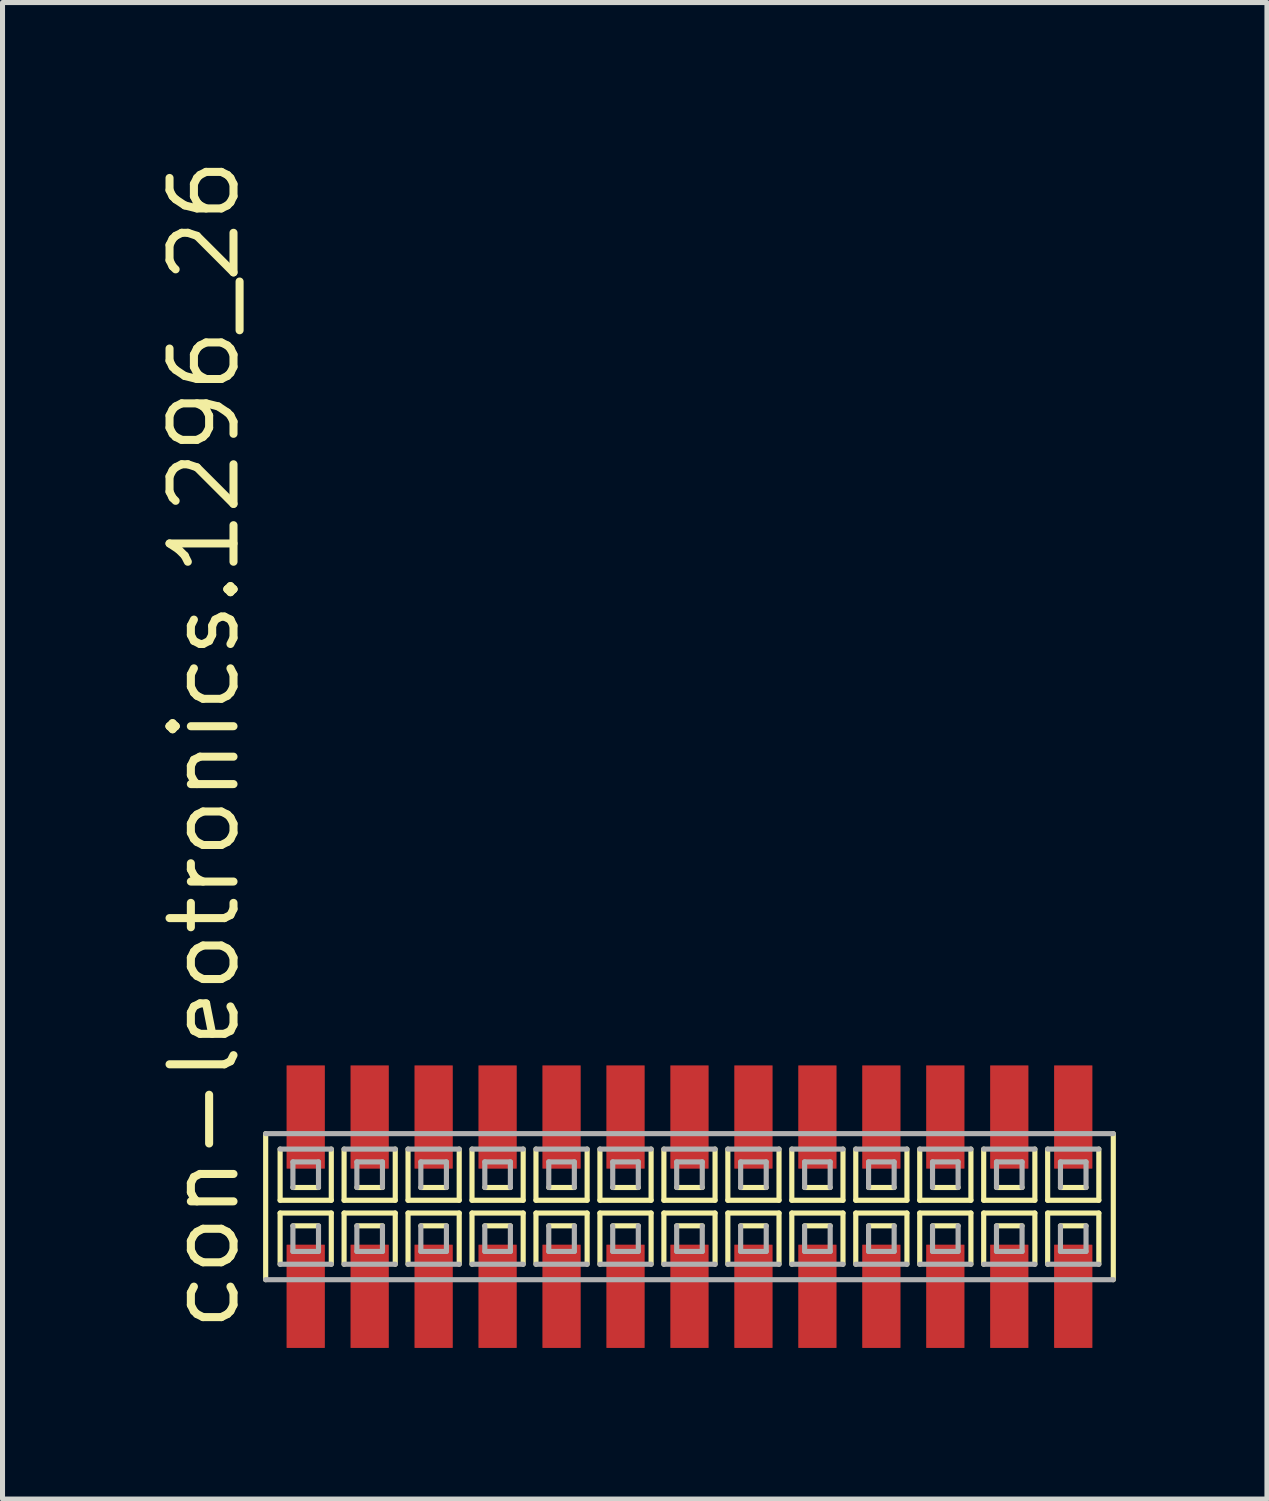
<source format=kicad_pcb>
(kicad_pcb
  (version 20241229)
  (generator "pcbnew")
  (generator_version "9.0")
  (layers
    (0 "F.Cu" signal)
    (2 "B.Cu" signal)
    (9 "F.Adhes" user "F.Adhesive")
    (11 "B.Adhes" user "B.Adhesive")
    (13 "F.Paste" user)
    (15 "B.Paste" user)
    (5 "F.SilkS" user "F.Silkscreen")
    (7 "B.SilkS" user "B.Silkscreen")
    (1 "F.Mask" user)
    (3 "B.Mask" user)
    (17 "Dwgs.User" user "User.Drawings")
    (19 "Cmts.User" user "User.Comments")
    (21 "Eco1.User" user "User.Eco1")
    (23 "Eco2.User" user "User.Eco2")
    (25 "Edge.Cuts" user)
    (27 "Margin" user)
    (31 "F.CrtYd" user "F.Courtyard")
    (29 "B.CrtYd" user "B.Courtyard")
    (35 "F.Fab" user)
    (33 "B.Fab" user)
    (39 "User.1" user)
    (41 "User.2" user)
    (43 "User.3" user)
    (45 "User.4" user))
  (footprint "con-leotronics.1296_26"
    (layer "F.Cu")
    (at 10.64 20.909)
    (property "Reference" "con-leotronics.1296_26" (at -8.89 2.54 90) (layer "F.SilkS") (effects (font (size 1.27 1.27) (thickness 0.16)) (justify left bottom)))
    (attr smd)
    (fp_line (start -8.415 -1.45) (end -8.415 1.45) (stroke (width 0.102) (type default)) (layer "F.SilkS"))
    (fp_line (start -8.128 -1.143) (end -8.128 -0.127) (stroke (width 0.102) (type default)) (layer "F.SilkS"))
    (fp_line (start -8.128 -0.127) (end -7.112 -0.127) (stroke (width 0.102) (type default)) (layer "F.SilkS"))
    (fp_line (start -8.128 0.127) (end -8.128 1.143) (stroke (width 0.102) (type default)) (layer "F.SilkS"))
    (fp_line (start -7.874 -0.381) (end -7.366 -0.381) (stroke (width 0.102) (type default)) (layer "F.SilkS"))
    (fp_line (start -7.366 0.381) (end -7.874 0.381) (stroke (width 0.102) (type default)) (layer "F.SilkS"))
    (fp_line (start -7.112 -0.127) (end -7.112 -1.143) (stroke (width 0.102) (type default)) (layer "F.SilkS"))
    (fp_line (start -7.112 0.127) (end -8.128 0.127) (stroke (width 0.102) (type default)) (layer "F.SilkS"))
    (fp_line (start -7.112 1.143) (end -7.112 0.127) (stroke (width 0.102) (type default)) (layer "F.SilkS"))
    (fp_line (start -6.858 -1.143) (end -6.858 -0.127) (stroke (width 0.102) (type default)) (layer "F.SilkS"))
    (fp_line (start -6.858 -0.127) (end -5.842 -0.127) (stroke (width 0.102) (type default)) (layer "F.SilkS"))
    (fp_line (start -6.858 0.127) (end -6.858 1.143) (stroke (width 0.102) (type default)) (layer "F.SilkS"))
    (fp_line (start -6.604 -0.381) (end -6.096 -0.381) (stroke (width 0.102) (type default)) (layer "F.SilkS"))
    (fp_line (start -6.096 0.381) (end -6.604 0.381) (stroke (width 0.102) (type default)) (layer "F.SilkS"))
    (fp_line (start -5.842 -0.127) (end -5.842 -1.143) (stroke (width 0.102) (type default)) (layer "F.SilkS"))
    (fp_line (start -5.842 0.127) (end -6.858 0.127) (stroke (width 0.102) (type default)) (layer "F.SilkS"))
    (fp_line (start -5.842 1.143) (end -5.842 0.127) (stroke (width 0.102) (type default)) (layer "F.SilkS"))
    (fp_line (start -5.588 -1.143) (end -5.588 -0.127) (stroke (width 0.102) (type default)) (layer "F.SilkS"))
    (fp_line (start -5.588 -0.127) (end -4.572 -0.127) (stroke (width 0.102) (type default)) (layer "F.SilkS"))
    (fp_line (start -5.588 0.127) (end -5.588 1.143) (stroke (width 0.102) (type default)) (layer "F.SilkS"))
    (fp_line (start -5.334 -0.381) (end -4.826 -0.381) (stroke (width 0.102) (type default)) (layer "F.SilkS"))
    (fp_line (start -4.826 0.381) (end -5.334 0.381) (stroke (width 0.102) (type default)) (layer "F.SilkS"))
    (fp_line (start -4.572 -0.127) (end -4.572 -1.143) (stroke (width 0.102) (type default)) (layer "F.SilkS"))
    (fp_line (start -4.572 0.127) (end -5.588 0.127) (stroke (width 0.102) (type default)) (layer "F.SilkS"))
    (fp_line (start -4.572 1.143) (end -4.572 0.127) (stroke (width 0.102) (type default)) (layer "F.SilkS"))
    (fp_line (start -4.318 -1.143) (end -4.318 -0.127) (stroke (width 0.102) (type default)) (layer "F.SilkS"))
    (fp_line (start -4.318 -0.127) (end -3.302 -0.127) (stroke (width 0.102) (type default)) (layer "F.SilkS"))
    (fp_line (start -4.318 0.127) (end -4.318 1.143) (stroke (width 0.102) (type default)) (layer "F.SilkS"))
    (fp_line (start -4.064 -0.381) (end -3.556 -0.381) (stroke (width 0.102) (type default)) (layer "F.SilkS"))
    (fp_line (start -3.556 0.381) (end -4.064 0.381) (stroke (width 0.102) (type default)) (layer "F.SilkS"))
    (fp_line (start -3.302 -0.127) (end -3.302 -1.143) (stroke (width 0.102) (type default)) (layer "F.SilkS"))
    (fp_line (start -3.302 0.127) (end -4.318 0.127) (stroke (width 0.102) (type default)) (layer "F.SilkS"))
    (fp_line (start -3.302 1.143) (end -3.302 0.127) (stroke (width 0.102) (type default)) (layer "F.SilkS"))
    (fp_line (start -3.048 -1.143) (end -3.048 -0.127) (stroke (width 0.102) (type default)) (layer "F.SilkS"))
    (fp_line (start -3.048 -0.127) (end -2.032 -0.127) (stroke (width 0.102) (type default)) (layer "F.SilkS"))
    (fp_line (start -3.048 0.127) (end -3.048 1.143) (stroke (width 0.102) (type default)) (layer "F.SilkS"))
    (fp_line (start -2.794 -0.381) (end -2.286 -0.381) (stroke (width 0.102) (type default)) (layer "F.SilkS"))
    (fp_line (start -2.286 0.381) (end -2.794 0.381) (stroke (width 0.102) (type default)) (layer "F.SilkS"))
    (fp_line (start -2.032 -0.127) (end -2.032 -1.143) (stroke (width 0.102) (type default)) (layer "F.SilkS"))
    (fp_line (start -2.032 0.127) (end -3.048 0.127) (stroke (width 0.102) (type default)) (layer "F.SilkS"))
    (fp_line (start -2.032 1.143) (end -2.032 0.127) (stroke (width 0.102) (type default)) (layer "F.SilkS"))
    (fp_line (start -1.778 -1.143) (end -1.778 -0.127) (stroke (width 0.102) (type default)) (layer "F.SilkS"))
    (fp_line (start -1.778 -0.127) (end -0.762 -0.127) (stroke (width 0.102) (type default)) (layer "F.SilkS"))
    (fp_line (start -1.778 0.127) (end -1.778 1.143) (stroke (width 0.102) (type default)) (layer "F.SilkS"))
    (fp_line (start -1.524 -0.381) (end -1.016 -0.381) (stroke (width 0.102) (type default)) (layer "F.SilkS"))
    (fp_line (start -1.016 0.381) (end -1.524 0.381) (stroke (width 0.102) (type default)) (layer "F.SilkS"))
    (fp_line (start -0.762 -0.127) (end -0.762 -1.143) (stroke (width 0.102) (type default)) (layer "F.SilkS"))
    (fp_line (start -0.762 0.127) (end -1.778 0.127) (stroke (width 0.102) (type default)) (layer "F.SilkS"))
    (fp_line (start -0.762 1.143) (end -0.762 0.127) (stroke (width 0.102) (type default)) (layer "F.SilkS"))
    (fp_line (start -0.508 -1.143) (end -0.508 -0.127) (stroke (width 0.102) (type default)) (layer "F.SilkS"))
    (fp_line (start -0.508 -0.127) (end 0.508 -0.127) (stroke (width 0.102) (type default)) (layer "F.SilkS"))
    (fp_line (start -0.508 0.127) (end -0.508 1.143) (stroke (width 0.102) (type default)) (layer "F.SilkS"))
    (fp_line (start -0.254 -0.381) (end 0.254 -0.381) (stroke (width 0.102) (type default)) (layer "F.SilkS"))
    (fp_line (start 0.254 0.381) (end -0.254 0.381) (stroke (width 0.102) (type default)) (layer "F.SilkS"))
    (fp_line (start 0.508 -0.127) (end 0.508 -1.143) (stroke (width 0.102) (type default)) (layer "F.SilkS"))
    (fp_line (start 0.508 0.127) (end -0.508 0.127) (stroke (width 0.102) (type default)) (layer "F.SilkS"))
    (fp_line (start 0.508 1.143) (end 0.508 0.127) (stroke (width 0.102) (type default)) (layer "F.SilkS"))
    (fp_line (start 0.762 -1.143) (end 0.762 -0.127) (stroke (width 0.102) (type default)) (layer "F.SilkS"))
    (fp_line (start 0.762 -0.127) (end 1.778 -0.127) (stroke (width 0.102) (type default)) (layer "F.SilkS"))
    (fp_line (start 0.762 0.127) (end 0.762 1.143) (stroke (width 0.102) (type default)) (layer "F.SilkS"))
    (fp_line (start 1.016 -0.381) (end 1.524 -0.381) (stroke (width 0.102) (type default)) (layer "F.SilkS"))
    (fp_line (start 1.524 0.381) (end 1.016 0.381) (stroke (width 0.102) (type default)) (layer "F.SilkS"))
    (fp_line (start 1.778 -0.127) (end 1.778 -1.143) (stroke (width 0.102) (type default)) (layer "F.SilkS"))
    (fp_line (start 1.778 0.127) (end 0.762 0.127) (stroke (width 0.102) (type default)) (layer "F.SilkS"))
    (fp_line (start 1.778 1.143) (end 1.778 0.127) (stroke (width 0.102) (type default)) (layer "F.SilkS"))
    (fp_line (start 2.032 -1.143) (end 2.032 -0.127) (stroke (width 0.102) (type default)) (layer "F.SilkS"))
    (fp_line (start 2.032 -0.127) (end 3.048 -0.127) (stroke (width 0.102) (type default)) (layer "F.SilkS"))
    (fp_line (start 2.032 0.127) (end 2.032 1.143) (stroke (width 0.102) (type default)) (layer "F.SilkS"))
    (fp_line (start 2.286 -0.381) (end 2.794 -0.381) (stroke (width 0.102) (type default)) (layer "F.SilkS"))
    (fp_line (start 2.794 0.381) (end 2.286 0.381) (stroke (width 0.102) (type default)) (layer "F.SilkS"))
    (fp_line (start 3.048 -0.127) (end 3.048 -1.143) (stroke (width 0.102) (type default)) (layer "F.SilkS"))
    (fp_line (start 3.048 0.127) (end 2.032 0.127) (stroke (width 0.102) (type default)) (layer "F.SilkS"))
    (fp_line (start 3.048 1.143) (end 3.048 0.127) (stroke (width 0.102) (type default)) (layer "F.SilkS"))
    (fp_line (start 3.302 -1.143) (end 3.302 -0.127) (stroke (width 0.102) (type default)) (layer "F.SilkS"))
    (fp_line (start 3.302 -0.127) (end 4.318 -0.127) (stroke (width 0.102) (type default)) (layer "F.SilkS"))
    (fp_line (start 3.302 0.127) (end 3.302 1.143) (stroke (width 0.102) (type default)) (layer "F.SilkS"))
    (fp_line (start 3.556 -0.381) (end 4.064 -0.381) (stroke (width 0.102) (type default)) (layer "F.SilkS"))
    (fp_line (start 4.064 0.381) (end 3.556 0.381) (stroke (width 0.102) (type default)) (layer "F.SilkS"))
    (fp_line (start 4.318 -0.127) (end 4.318 -1.143) (stroke (width 0.102) (type default)) (layer "F.SilkS"))
    (fp_line (start 4.318 0.127) (end 3.302 0.127) (stroke (width 0.102) (type default)) (layer "F.SilkS"))
    (fp_line (start 4.318 1.143) (end 4.318 0.127) (stroke (width 0.102) (type default)) (layer "F.SilkS"))
    (fp_line (start 4.572 -1.143) (end 4.572 -0.127) (stroke (width 0.102) (type default)) (layer "F.SilkS"))
    (fp_line (start 4.572 -0.127) (end 5.588 -0.127) (stroke (width 0.102) (type default)) (layer "F.SilkS"))
    (fp_line (start 4.572 0.127) (end 4.572 1.143) (stroke (width 0.102) (type default)) (layer "F.SilkS"))
    (fp_line (start 4.826 -0.381) (end 5.334 -0.381) (stroke (width 0.102) (type default)) (layer "F.SilkS"))
    (fp_line (start 5.334 0.381) (end 4.826 0.381) (stroke (width 0.102) (type default)) (layer "F.SilkS"))
    (fp_line (start 5.588 -0.127) (end 5.588 -1.143) (stroke (width 0.102) (type default)) (layer "F.SilkS"))
    (fp_line (start 5.588 0.127) (end 4.572 0.127) (stroke (width 0.102) (type default)) (layer "F.SilkS"))
    (fp_line (start 5.588 1.143) (end 5.588 0.127) (stroke (width 0.102) (type default)) (layer "F.SilkS"))
    (fp_line (start 5.842 -1.143) (end 5.842 -0.127) (stroke (width 0.102) (type default)) (layer "F.SilkS"))
    (fp_line (start 5.842 -0.127) (end 6.858 -0.127) (stroke (width 0.102) (type default)) (layer "F.SilkS"))
    (fp_line (start 5.842 0.127) (end 5.842 1.143) (stroke (width 0.102) (type default)) (layer "F.SilkS"))
    (fp_line (start 6.096 -0.381) (end 6.604 -0.381) (stroke (width 0.102) (type default)) (layer "F.SilkS"))
    (fp_line (start 6.604 0.381) (end 6.096 0.381) (stroke (width 0.102) (type default)) (layer "F.SilkS"))
    (fp_line (start 6.858 -0.127) (end 6.858 -1.143) (stroke (width 0.102) (type default)) (layer "F.SilkS"))
    (fp_line (start 6.858 0.127) (end 5.842 0.127) (stroke (width 0.102) (type default)) (layer "F.SilkS"))
    (fp_line (start 6.858 1.143) (end 6.858 0.127) (stroke (width 0.102) (type default)) (layer "F.SilkS"))
    (fp_line (start 7.112 -1.143) (end 7.112 -0.127) (stroke (width 0.102) (type default)) (layer "F.SilkS"))
    (fp_line (start 7.112 -0.127) (end 8.128 -0.127) (stroke (width 0.102) (type default)) (layer "F.SilkS"))
    (fp_line (start 7.112 0.127) (end 7.112 1.143) (stroke (width 0.102) (type default)) (layer "F.SilkS"))
    (fp_line (start 7.366 -0.381) (end 7.874 -0.381) (stroke (width 0.102) (type default)) (layer "F.SilkS"))
    (fp_line (start 7.874 0.381) (end 7.366 0.381) (stroke (width 0.102) (type default)) (layer "F.SilkS"))
    (fp_line (start 8.128 -0.127) (end 8.128 -1.143) (stroke (width 0.102) (type default)) (layer "F.SilkS"))
    (fp_line (start 8.128 0.127) (end 7.112 0.127) (stroke (width 0.102) (type default)) (layer "F.SilkS"))
    (fp_line (start 8.128 1.143) (end 8.128 0.127) (stroke (width 0.102) (type default)) (layer "F.SilkS"))
    (fp_line (start 8.415 1.45) (end 8.415 -1.45) (stroke (width 0.102) (type default)) (layer "F.SilkS"))
    (fp_line (start -8.415 1.45) (end 8.415 1.45) (stroke (width 0.102) (type default)) (layer "F.Fab"))
    (fp_line (start -8.128 1.143) (end -7.112 1.143) (stroke (width 0.102) (type default)) (layer "F.Fab"))
    (fp_line (start -7.874 -0.889) (end -7.874 -0.381) (stroke (width 0.102) (type default)) (layer "F.Fab"))
    (fp_line (start -7.874 0.381) (end -7.874 0.889) (stroke (width 0.102) (type default)) (layer "F.Fab"))
    (fp_line (start -7.874 0.889) (end -7.366 0.889) (stroke (width 0.102) (type default)) (layer "F.Fab"))
    (fp_line (start -7.366 -0.889) (end -7.874 -0.889) (stroke (width 0.102) (type default)) (layer "F.Fab"))
    (fp_line (start -7.366 -0.381) (end -7.366 -0.889) (stroke (width 0.102) (type default)) (layer "F.Fab"))
    (fp_line (start -7.366 0.889) (end -7.366 0.381) (stroke (width 0.102) (type default)) (layer "F.Fab"))
    (fp_line (start -7.112 -1.143) (end -8.128 -1.143) (stroke (width 0.102) (type default)) (layer "F.Fab"))
    (fp_line (start -6.858 1.143) (end -5.842 1.143) (stroke (width 0.102) (type default)) (layer "F.Fab"))
    (fp_line (start -6.604 -0.889) (end -6.604 -0.381) (stroke (width 0.102) (type default)) (layer "F.Fab"))
    (fp_line (start -6.604 0.381) (end -6.604 0.889) (stroke (width 0.102) (type default)) (layer "F.Fab"))
    (fp_line (start -6.604 0.889) (end -6.096 0.889) (stroke (width 0.102) (type default)) (layer "F.Fab"))
    (fp_line (start -6.096 -0.889) (end -6.604 -0.889) (stroke (width 0.102) (type default)) (layer "F.Fab"))
    (fp_line (start -6.096 -0.381) (end -6.096 -0.889) (stroke (width 0.102) (type default)) (layer "F.Fab"))
    (fp_line (start -6.096 0.889) (end -6.096 0.381) (stroke (width 0.102) (type default)) (layer "F.Fab"))
    (fp_line (start -5.842 -1.143) (end -6.858 -1.143) (stroke (width 0.102) (type default)) (layer "F.Fab"))
    (fp_line (start -5.588 1.143) (end -4.572 1.143) (stroke (width 0.102) (type default)) (layer "F.Fab"))
    (fp_line (start -5.334 -0.889) (end -5.334 -0.381) (stroke (width 0.102) (type default)) (layer "F.Fab"))
    (fp_line (start -5.334 0.381) (end -5.334 0.889) (stroke (width 0.102) (type default)) (layer "F.Fab"))
    (fp_line (start -5.334 0.889) (end -4.826 0.889) (stroke (width 0.102) (type default)) (layer "F.Fab"))
    (fp_line (start -4.826 -0.889) (end -5.334 -0.889) (stroke (width 0.102) (type default)) (layer "F.Fab"))
    (fp_line (start -4.826 -0.381) (end -4.826 -0.889) (stroke (width 0.102) (type default)) (layer "F.Fab"))
    (fp_line (start -4.826 0.889) (end -4.826 0.381) (stroke (width 0.102) (type default)) (layer "F.Fab"))
    (fp_line (start -4.572 -1.143) (end -5.588 -1.143) (stroke (width 0.102) (type default)) (layer "F.Fab"))
    (fp_line (start -4.318 1.143) (end -3.302 1.143) (stroke (width 0.102) (type default)) (layer "F.Fab"))
    (fp_line (start -4.064 -0.889) (end -4.064 -0.381) (stroke (width 0.102) (type default)) (layer "F.Fab"))
    (fp_line (start -4.064 0.381) (end -4.064 0.889) (stroke (width 0.102) (type default)) (layer "F.Fab"))
    (fp_line (start -4.064 0.889) (end -3.556 0.889) (stroke (width 0.102) (type default)) (layer "F.Fab"))
    (fp_line (start -3.556 -0.889) (end -4.064 -0.889) (stroke (width 0.102) (type default)) (layer "F.Fab"))
    (fp_line (start -3.556 -0.381) (end -3.556 -0.889) (stroke (width 0.102) (type default)) (layer "F.Fab"))
    (fp_line (start -3.556 0.889) (end -3.556 0.381) (stroke (width 0.102) (type default)) (layer "F.Fab"))
    (fp_line (start -3.302 -1.143) (end -4.318 -1.143) (stroke (width 0.102) (type default)) (layer "F.Fab"))
    (fp_line (start -3.048 1.143) (end -2.032 1.143) (stroke (width 0.102) (type default)) (layer "F.Fab"))
    (fp_line (start -2.794 -0.889) (end -2.794 -0.381) (stroke (width 0.102) (type default)) (layer "F.Fab"))
    (fp_line (start -2.794 0.381) (end -2.794 0.889) (stroke (width 0.102) (type default)) (layer "F.Fab"))
    (fp_line (start -2.794 0.889) (end -2.286 0.889) (stroke (width 0.102) (type default)) (layer "F.Fab"))
    (fp_line (start -2.286 -0.889) (end -2.794 -0.889) (stroke (width 0.102) (type default)) (layer "F.Fab"))
    (fp_line (start -2.286 -0.381) (end -2.286 -0.889) (stroke (width 0.102) (type default)) (layer "F.Fab"))
    (fp_line (start -2.286 0.889) (end -2.286 0.381) (stroke (width 0.102) (type default)) (layer "F.Fab"))
    (fp_line (start -2.032 -1.143) (end -3.048 -1.143) (stroke (width 0.102) (type default)) (layer "F.Fab"))
    (fp_line (start -1.778 1.143) (end -0.762 1.143) (stroke (width 0.102) (type default)) (layer "F.Fab"))
    (fp_line (start -1.524 -0.889) (end -1.524 -0.381) (stroke (width 0.102) (type default)) (layer "F.Fab"))
    (fp_line (start -1.524 0.381) (end -1.524 0.889) (stroke (width 0.102) (type default)) (layer "F.Fab"))
    (fp_line (start -1.524 0.889) (end -1.016 0.889) (stroke (width 0.102) (type default)) (layer "F.Fab"))
    (fp_line (start -1.016 -0.889) (end -1.524 -0.889) (stroke (width 0.102) (type default)) (layer "F.Fab"))
    (fp_line (start -1.016 -0.381) (end -1.016 -0.889) (stroke (width 0.102) (type default)) (layer "F.Fab"))
    (fp_line (start -1.016 0.889) (end -1.016 0.381) (stroke (width 0.102) (type default)) (layer "F.Fab"))
    (fp_line (start -0.762 -1.143) (end -1.778 -1.143) (stroke (width 0.102) (type default)) (layer "F.Fab"))
    (fp_line (start -0.508 1.143) (end 0.508 1.143) (stroke (width 0.102) (type default)) (layer "F.Fab"))
    (fp_line (start -0.254 -0.889) (end -0.254 -0.381) (stroke (width 0.102) (type default)) (layer "F.Fab"))
    (fp_line (start -0.254 0.381) (end -0.254 0.889) (stroke (width 0.102) (type default)) (layer "F.Fab"))
    (fp_line (start -0.254 0.889) (end 0.254 0.889) (stroke (width 0.102) (type default)) (layer "F.Fab"))
    (fp_line (start 0.254 -0.889) (end -0.254 -0.889) (stroke (width 0.102) (type default)) (layer "F.Fab"))
    (fp_line (start 0.254 -0.381) (end 0.254 -0.889) (stroke (width 0.102) (type default)) (layer "F.Fab"))
    (fp_line (start 0.254 0.889) (end 0.254 0.381) (stroke (width 0.102) (type default)) (layer "F.Fab"))
    (fp_line (start 0.508 -1.143) (end -0.508 -1.143) (stroke (width 0.102) (type default)) (layer "F.Fab"))
    (fp_line (start 0.762 1.143) (end 1.778 1.143) (stroke (width 0.102) (type default)) (layer "F.Fab"))
    (fp_line (start 1.016 -0.889) (end 1.016 -0.381) (stroke (width 0.102) (type default)) (layer "F.Fab"))
    (fp_line (start 1.016 0.381) (end 1.016 0.889) (stroke (width 0.102) (type default)) (layer "F.Fab"))
    (fp_line (start 1.016 0.889) (end 1.524 0.889) (stroke (width 0.102) (type default)) (layer "F.Fab"))
    (fp_line (start 1.524 -0.889) (end 1.016 -0.889) (stroke (width 0.102) (type default)) (layer "F.Fab"))
    (fp_line (start 1.524 -0.381) (end 1.524 -0.889) (stroke (width 0.102) (type default)) (layer "F.Fab"))
    (fp_line (start 1.524 0.889) (end 1.524 0.381) (stroke (width 0.102) (type default)) (layer "F.Fab"))
    (fp_line (start 1.778 -1.143) (end 0.762 -1.143) (stroke (width 0.102) (type default)) (layer "F.Fab"))
    (fp_line (start 2.032 1.143) (end 3.048 1.143) (stroke (width 0.102) (type default)) (layer "F.Fab"))
    (fp_line (start 2.286 -0.889) (end 2.286 -0.381) (stroke (width 0.102) (type default)) (layer "F.Fab"))
    (fp_line (start 2.286 0.381) (end 2.286 0.889) (stroke (width 0.102) (type default)) (layer "F.Fab"))
    (fp_line (start 2.286 0.889) (end 2.794 0.889) (stroke (width 0.102) (type default)) (layer "F.Fab"))
    (fp_line (start 2.794 -0.889) (end 2.286 -0.889) (stroke (width 0.102) (type default)) (layer "F.Fab"))
    (fp_line (start 2.794 -0.381) (end 2.794 -0.889) (stroke (width 0.102) (type default)) (layer "F.Fab"))
    (fp_line (start 2.794 0.889) (end 2.794 0.381) (stroke (width 0.102) (type default)) (layer "F.Fab"))
    (fp_line (start 3.048 -1.143) (end 2.032 -1.143) (stroke (width 0.102) (type default)) (layer "F.Fab"))
    (fp_line (start 3.302 1.143) (end 4.318 1.143) (stroke (width 0.102) (type default)) (layer "F.Fab"))
    (fp_line (start 3.556 -0.889) (end 3.556 -0.381) (stroke (width 0.102) (type default)) (layer "F.Fab"))
    (fp_line (start 3.556 0.381) (end 3.556 0.889) (stroke (width 0.102) (type default)) (layer "F.Fab"))
    (fp_line (start 3.556 0.889) (end 4.064 0.889) (stroke (width 0.102) (type default)) (layer "F.Fab"))
    (fp_line (start 4.064 -0.889) (end 3.556 -0.889) (stroke (width 0.102) (type default)) (layer "F.Fab"))
    (fp_line (start 4.064 -0.381) (end 4.064 -0.889) (stroke (width 0.102) (type default)) (layer "F.Fab"))
    (fp_line (start 4.064 0.889) (end 4.064 0.381) (stroke (width 0.102) (type default)) (layer "F.Fab"))
    (fp_line (start 4.318 -1.143) (end 3.302 -1.143) (stroke (width 0.102) (type default)) (layer "F.Fab"))
    (fp_line (start 4.572 1.143) (end 5.588 1.143) (stroke (width 0.102) (type default)) (layer "F.Fab"))
    (fp_line (start 4.826 -0.889) (end 4.826 -0.381) (stroke (width 0.102) (type default)) (layer "F.Fab"))
    (fp_line (start 4.826 0.381) (end 4.826 0.889) (stroke (width 0.102) (type default)) (layer "F.Fab"))
    (fp_line (start 4.826 0.889) (end 5.334 0.889) (stroke (width 0.102) (type default)) (layer "F.Fab"))
    (fp_line (start 5.334 -0.889) (end 4.826 -0.889) (stroke (width 0.102) (type default)) (layer "F.Fab"))
    (fp_line (start 5.334 -0.381) (end 5.334 -0.889) (stroke (width 0.102) (type default)) (layer "F.Fab"))
    (fp_line (start 5.334 0.889) (end 5.334 0.381) (stroke (width 0.102) (type default)) (layer "F.Fab"))
    (fp_line (start 5.588 -1.143) (end 4.572 -1.143) (stroke (width 0.102) (type default)) (layer "F.Fab"))
    (fp_line (start 5.842 1.143) (end 6.858 1.143) (stroke (width 0.102) (type default)) (layer "F.Fab"))
    (fp_line (start 6.096 -0.889) (end 6.096 -0.381) (stroke (width 0.102) (type default)) (layer "F.Fab"))
    (fp_line (start 6.096 0.381) (end 6.096 0.889) (stroke (width 0.102) (type default)) (layer "F.Fab"))
    (fp_line (start 6.096 0.889) (end 6.604 0.889) (stroke (width 0.102) (type default)) (layer "F.Fab"))
    (fp_line (start 6.604 -0.889) (end 6.096 -0.889) (stroke (width 0.102) (type default)) (layer "F.Fab"))
    (fp_line (start 6.604 -0.381) (end 6.604 -0.889) (stroke (width 0.102) (type default)) (layer "F.Fab"))
    (fp_line (start 6.604 0.889) (end 6.604 0.381) (stroke (width 0.102) (type default)) (layer "F.Fab"))
    (fp_line (start 6.858 -1.143) (end 5.842 -1.143) (stroke (width 0.102) (type default)) (layer "F.Fab"))
    (fp_line (start 7.112 1.143) (end 8.128 1.143) (stroke (width 0.102) (type default)) (layer "F.Fab"))
    (fp_line (start 7.366 -0.889) (end 7.366 -0.381) (stroke (width 0.102) (type default)) (layer "F.Fab"))
    (fp_line (start 7.366 0.381) (end 7.366 0.889) (stroke (width 0.102) (type default)) (layer "F.Fab"))
    (fp_line (start 7.366 0.889) (end 7.874 0.889) (stroke (width 0.102) (type default)) (layer "F.Fab"))
    (fp_line (start 7.874 -0.889) (end 7.366 -0.889) (stroke (width 0.102) (type default)) (layer "F.Fab"))
    (fp_line (start 7.874 -0.381) (end 7.874 -0.889) (stroke (width 0.102) (type default)) (layer "F.Fab"))
    (fp_line (start 7.874 0.889) (end 7.874 0.381) (stroke (width 0.102) (type default)) (layer "F.Fab"))
    (fp_line (start 8.128 -1.143) (end 7.112 -1.143) (stroke (width 0.102) (type default)) (layer "F.Fab"))
    (fp_line (start 8.415 -1.45) (end -8.415 -1.45) (stroke (width 0.102) (type default)) (layer "F.Fab"))
    (pad "1" smd roundrect (at -7.62 1.78) (size 0.76 2.05) (layers "F.Cu" "F.Mask" "F.Paste") (roundrect_rratio 0.01))
    (pad "2" smd roundrect (at -7.62 -1.78) (size 0.76 2.05) (layers "F.Cu" "F.Mask" "F.Paste") (roundrect_rratio 0.01))
    (pad "3" smd roundrect (at -6.35 1.78) (size 0.76 2.05) (layers "F.Cu" "F.Mask" "F.Paste") (roundrect_rratio 0.01))
    (pad "4" smd roundrect (at -6.35 -1.78) (size 0.76 2.05) (layers "F.Cu" "F.Mask" "F.Paste") (roundrect_rratio 0.01))
    (pad "5" smd roundrect (at -5.08 1.78) (size 0.76 2.05) (layers "F.Cu" "F.Mask" "F.Paste") (roundrect_rratio 0.01))
    (pad "6" smd roundrect (at -5.08 -1.78) (size 0.76 2.05) (layers "F.Cu" "F.Mask" "F.Paste") (roundrect_rratio 0.01))
    (pad "7" smd roundrect (at -3.81 1.78) (size 0.76 2.05) (layers "F.Cu" "F.Mask" "F.Paste") (roundrect_rratio 0.01))
    (pad "8" smd roundrect (at -3.81 -1.78) (size 0.76 2.05) (layers "F.Cu" "F.Mask" "F.Paste") (roundrect_rratio 0.01))
    (pad "9" smd roundrect (at -2.54 1.78) (size 0.76 2.05) (layers "F.Cu" "F.Mask" "F.Paste") (roundrect_rratio 0.01))
    (pad "10" smd roundrect (at -2.54 -1.78) (size 0.76 2.05) (layers "F.Cu" "F.Mask" "F.Paste") (roundrect_rratio 0.01))
    (pad "11" smd roundrect (at -1.27 1.78) (size 0.76 2.05) (layers "F.Cu" "F.Mask" "F.Paste") (roundrect_rratio 0.01))
    (pad "12" smd roundrect (at -1.27 -1.78) (size 0.76 2.05) (layers "F.Cu" "F.Mask" "F.Paste") (roundrect_rratio 0.01))
    (pad "13" smd roundrect (at 0 1.78) (size 0.76 2.05) (layers "F.Cu" "F.Mask" "F.Paste") (roundrect_rratio 0.01))
    (pad "14" smd roundrect (at 0 -1.78) (size 0.76 2.05) (layers "F.Cu" "F.Mask" "F.Paste") (roundrect_rratio 0.01))
    (pad "15" smd roundrect (at 1.27 1.78) (size 0.76 2.05) (layers "F.Cu" "F.Mask" "F.Paste") (roundrect_rratio 0.01))
    (pad "16" smd roundrect (at 1.27 -1.78) (size 0.76 2.05) (layers "F.Cu" "F.Mask" "F.Paste") (roundrect_rratio 0.01))
    (pad "17" smd roundrect (at 2.54 1.78) (size 0.76 2.05) (layers "F.Cu" "F.Mask" "F.Paste") (roundrect_rratio 0.01))
    (pad "18" smd roundrect (at 2.54 -1.78) (size 0.76 2.05) (layers "F.Cu" "F.Mask" "F.Paste") (roundrect_rratio 0.01))
    (pad "19" smd roundrect (at 3.81 1.78) (size 0.76 2.05) (layers "F.Cu" "F.Mask" "F.Paste") (roundrect_rratio 0.01))
    (pad "20" smd roundrect (at 3.81 -1.78) (size 0.76 2.05) (layers "F.Cu" "F.Mask" "F.Paste") (roundrect_rratio 0.01))
    (pad "21" smd roundrect (at 5.08 1.78) (size 0.76 2.05) (layers "F.Cu" "F.Mask" "F.Paste") (roundrect_rratio 0.01))
    (pad "22" smd roundrect (at 5.08 -1.78) (size 0.76 2.05) (layers "F.Cu" "F.Mask" "F.Paste") (roundrect_rratio 0.01))
    (pad "23" smd roundrect (at 6.35 1.78) (size 0.76 2.05) (layers "F.Cu" "F.Mask" "F.Paste") (roundrect_rratio 0.01))
    (pad "24" smd roundrect (at 6.35 -1.78) (size 0.76 2.05) (layers "F.Cu" "F.Mask" "F.Paste") (roundrect_rratio 0.01))
    (pad "25" smd roundrect (at 7.62 1.78) (size 0.76 2.05) (layers "F.Cu" "F.Mask" "F.Paste") (roundrect_rratio 0.01))
    (pad "26" smd roundrect (at 7.62 -1.78) (size 0.76 2.05) (layers "F.Cu" "F.Mask" "F.Paste") (roundrect_rratio 0.01)))
  (gr_rect
    (start -3 -3)
    (end 22.106 26.714)
    (stroke (width 0.1) (type default))
    (fill no)
    (layer "Edge.Cuts")))
</source>
